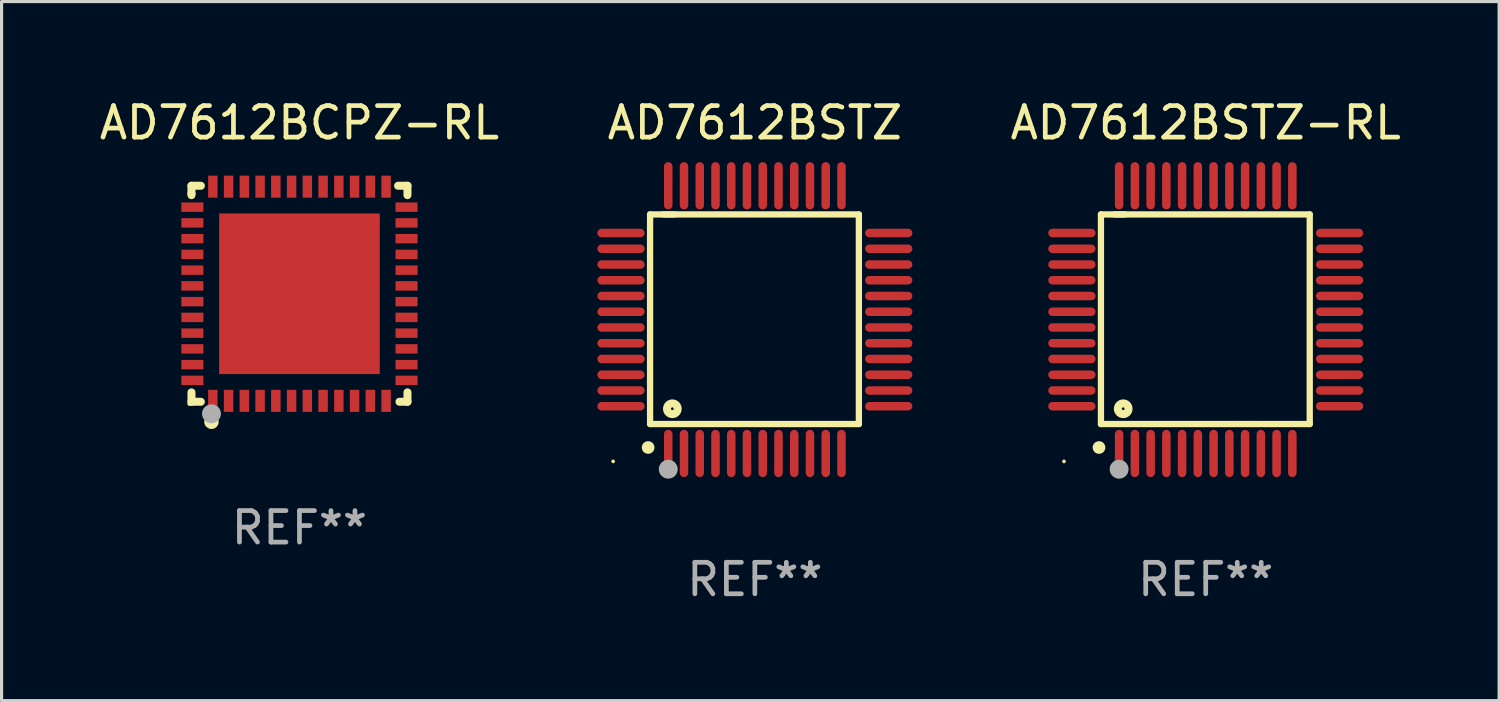
<source format=kicad_pcb>
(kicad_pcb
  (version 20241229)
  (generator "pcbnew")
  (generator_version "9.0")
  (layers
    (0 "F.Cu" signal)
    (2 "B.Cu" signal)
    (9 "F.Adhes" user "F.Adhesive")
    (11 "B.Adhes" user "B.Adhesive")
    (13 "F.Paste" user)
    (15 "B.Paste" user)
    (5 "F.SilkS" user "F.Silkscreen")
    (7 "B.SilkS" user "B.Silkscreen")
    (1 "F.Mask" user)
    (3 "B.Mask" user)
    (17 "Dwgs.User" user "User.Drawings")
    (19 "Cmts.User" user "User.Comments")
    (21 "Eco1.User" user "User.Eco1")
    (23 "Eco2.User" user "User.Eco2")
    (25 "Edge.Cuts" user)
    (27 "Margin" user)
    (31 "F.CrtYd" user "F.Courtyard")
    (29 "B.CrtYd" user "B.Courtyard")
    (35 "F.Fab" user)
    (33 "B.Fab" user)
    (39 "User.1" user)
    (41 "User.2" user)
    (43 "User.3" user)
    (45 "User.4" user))
  (footprint "AD7612BCPZ-RL"
    (layer "F.Cu")
    (at 6.458 6.277)
    (property "Reference" "AD7612BCPZ-RL" (at 0 -5.429 0) (layer "F.SilkS") (effects (font (size 1 1) (thickness 0.15))))
    (attr through_hole)
    (fp_line (start -3.429 -3.429) (end -3.429 -3.175) (stroke (width 0.254) (type solid)) (layer "F.SilkS"))
    (fp_line (start -3.429 -3.175) (end -3.429 -3.131) (stroke (width 0.254) (type solid)) (layer "F.SilkS"))
    (fp_line (start -3.429 3.131) (end -3.429 3.429) (stroke (width 0.254) (type solid)) (layer "F.SilkS"))
    (fp_line (start -3.429 3.429) (end -3.131 3.429) (stroke (width 0.254) (type solid)) (layer "F.SilkS"))
    (fp_line (start -3.131 -3.429) (end -3.429 -3.429) (stroke (width 0.254) (type solid)) (layer "F.SilkS"))
    (fp_line (start 3.131 -3.429) (end 3.429 -3.429) (stroke (width 0.254) (type solid)) (layer "F.SilkS"))
    (fp_line (start 3.429 -3.429) (end 3.429 -3.131) (stroke (width 0.254) (type solid)) (layer "F.SilkS"))
    (fp_line (start 3.429 3.131) (end 3.429 3.429) (stroke (width 0.254) (type solid)) (layer "F.SilkS"))
    (fp_line (start 3.429 3.429) (end 3.175 3.429) (stroke (width 0.254) (type solid)) (layer "F.SilkS"))
    (fp_circle (center -3.5 3.5) (end -3.47 3.5) (stroke (width 0.06) (type solid)) (fill no) (layer "F.SilkS"))
    (fp_circle (center -2.794 4.064) (end -2.667 4.064) (stroke (width 0.204) (type solid)) (fill no) (layer "F.SilkS"))
    (fp_circle (center -2.794 3.81) (end -2.644 3.81) (stroke (width 0.3) (type solid)) (fill no) (layer "F.Fab"))
    (fp_text user "REF**" (at 0 7.429 0) (layer "F.Fab") (effects (font (size 1 1) (thickness 0.15))))
    (pad "1" smd rect (at -2.75 3.4) (size 0.3 0.7) (layers "F.Cu" "F.Mask" "F.Paste"))
    (pad "2" smd rect (at -2.25 3.4) (size 0.3 0.7) (layers "F.Cu" "F.Mask" "F.Paste"))
    (pad "3" smd rect (at -1.75 3.4) (size 0.3 0.7) (layers "F.Cu" "F.Mask" "F.Paste"))
    (pad "4" smd rect (at -1.25 3.4) (size 0.3 0.7) (layers "F.Cu" "F.Mask" "F.Paste"))
    (pad "5" smd rect (at -0.75 3.4) (size 0.3 0.7) (layers "F.Cu" "F.Mask" "F.Paste"))
    (pad "6" smd rect (at -0.25 3.4) (size 0.3 0.7) (layers "F.Cu" "F.Mask" "F.Paste"))
    (pad "7" smd rect (at 0.25 3.4) (size 0.3 0.7) (layers "F.Cu" "F.Mask" "F.Paste"))
    (pad "8" smd rect (at 0.75 3.4) (size 0.3 0.7) (layers "F.Cu" "F.Mask" "F.Paste"))
    (pad "9" smd rect (at 1.25 3.4) (size 0.3 0.7) (layers "F.Cu" "F.Mask" "F.Paste"))
    (pad "10" smd rect (at 1.75 3.4) (size 0.3 0.7) (layers "F.Cu" "F.Mask" "F.Paste"))
    (pad "11" smd rect (at 2.25 3.4) (size 0.3 0.7) (layers "F.Cu" "F.Mask" "F.Paste"))
    (pad "12" smd rect (at 2.75 3.4) (size 0.3 0.7) (layers "F.Cu" "F.Mask" "F.Paste"))
    (pad "13" smd rect (at 3.4 2.75) (size 0.7 0.3) (layers "F.Cu" "F.Mask" "F.Paste"))
    (pad "14" smd rect (at 3.4 2.25) (size 0.7 0.3) (layers "F.Cu" "F.Mask" "F.Paste"))
    (pad "15" smd rect (at 3.4 1.75) (size 0.7 0.3) (layers "F.Cu" "F.Mask" "F.Paste"))
    (pad "16" smd rect (at 3.4 1.25) (size 0.7 0.3) (layers "F.Cu" "F.Mask" "F.Paste"))
    (pad "17" smd rect (at 3.4 0.75) (size 0.7 0.3) (layers "F.Cu" "F.Mask" "F.Paste"))
    (pad "18" smd rect (at 3.4 0.25) (size 0.7 0.3) (layers "F.Cu" "F.Mask" "F.Paste"))
    (pad "19" smd rect (at 3.4 -0.25) (size 0.7 0.3) (layers "F.Cu" "F.Mask" "F.Paste"))
    (pad "20" smd rect (at 3.4 -0.75) (size 0.7 0.3) (layers "F.Cu" "F.Mask" "F.Paste"))
    (pad "21" smd rect (at 3.4 -1.25) (size 0.7 0.3) (layers "F.Cu" "F.Mask" "F.Paste"))
    (pad "22" smd rect (at 3.4 -1.75) (size 0.7 0.3) (layers "F.Cu" "F.Mask" "F.Paste"))
    (pad "23" smd rect (at 3.4 -2.25) (size 0.7 0.3) (layers "F.Cu" "F.Mask" "F.Paste"))
    (pad "24" smd rect (at 3.4 -2.75) (size 0.7 0.3) (layers "F.Cu" "F.Mask" "F.Paste"))
    (pad "25" smd rect (at 2.75 -3.4) (size 0.3 0.7) (layers "F.Cu" "F.Mask" "F.Paste"))
    (pad "26" smd rect (at 2.25 -3.4) (size 0.3 0.7) (layers "F.Cu" "F.Mask" "F.Paste"))
    (pad "27" smd rect (at 1.75 -3.4) (size 0.3 0.7) (layers "F.Cu" "F.Mask" "F.Paste"))
    (pad "28" smd rect (at 1.25 -3.4) (size 0.3 0.7) (layers "F.Cu" "F.Mask" "F.Paste"))
    (pad "29" smd rect (at 0.75 -3.4) (size 0.3 0.7) (layers "F.Cu" "F.Mask" "F.Paste"))
    (pad "30" smd rect (at 0.25 -3.4) (size 0.3 0.7) (layers "F.Cu" "F.Mask" "F.Paste"))
    (pad "31" smd rect (at -0.25 -3.4) (size 0.3 0.7) (layers "F.Cu" "F.Mask" "F.Paste"))
    (pad "32" smd rect (at -0.75 -3.4) (size 0.3 0.7) (layers "F.Cu" "F.Mask" "F.Paste"))
    (pad "33" smd rect (at -1.25 -3.4) (size 0.3 0.7) (layers "F.Cu" "F.Mask" "F.Paste"))
    (pad "34" smd rect (at -1.75 -3.4) (size 0.3 0.7) (layers "F.Cu" "F.Mask" "F.Paste"))
    (pad "35" smd rect (at -2.25 -3.4) (size 0.3 0.7) (layers "F.Cu" "F.Mask" "F.Paste"))
    (pad "36" smd rect (at -2.75 -3.4) (size 0.3 0.7) (layers "F.Cu" "F.Mask" "F.Paste"))
    (pad "37" smd rect (at -3.4 -2.75) (size 0.7 0.3) (layers "F.Cu" "F.Mask" "F.Paste"))
    (pad "38" smd rect (at -3.4 -2.25) (size 0.7 0.3) (layers "F.Cu" "F.Mask" "F.Paste"))
    (pad "39" smd rect (at -3.4 -1.75) (size 0.7 0.3) (layers "F.Cu" "F.Mask" "F.Paste"))
    (pad "40" smd rect (at -3.4 -1.25) (size 0.7 0.3) (layers "F.Cu" "F.Mask" "F.Paste"))
    (pad "41" smd rect (at -3.4 -0.75) (size 0.7 0.3) (layers "F.Cu" "F.Mask" "F.Paste"))
    (pad "42" smd rect (at -3.4 -0.25) (size 0.7 0.3) (layers "F.Cu" "F.Mask" "F.Paste"))
    (pad "43" smd rect (at -3.4 0.25) (size 0.7 0.3) (layers "F.Cu" "F.Mask" "F.Paste"))
    (pad "44" smd rect (at -3.4 0.75) (size 0.7 0.3) (layers "F.Cu" "F.Mask" "F.Paste"))
    (pad "45" smd rect (at -3.4 1.25) (size 0.7 0.3) (layers "F.Cu" "F.Mask" "F.Paste"))
    (pad "46" smd rect (at -3.4 1.75) (size 0.7 0.3) (layers "F.Cu" "F.Mask" "F.Paste"))
    (pad "47" smd rect (at -3.4 2.25) (size 0.7 0.3) (layers "F.Cu" "F.Mask" "F.Paste"))
    (pad "48" smd rect (at -3.4 2.75) (size 0.7 0.3) (layers "F.Cu" "F.Mask" "F.Paste"))
    (pad "49" smd rect (at 0 0) (size 5.1 5.1) (layers "F.Cu" "F.Mask" "F.Paste")))
  (footprint "AD7612BSTZ-RL"
    (layer "F.Cu")
    (at 35.232 7.098)
    (property "Reference" "AD7612BSTZ-RL" (at 0 -6.25 0) (layer "F.SilkS") (effects (font (size 1 1) (thickness 0.15))))
    (attr through_hole)
    (fp_line (start -3.327 -3.34) (end -2.565 -3.34) (stroke (width 0.2) (type solid)) (layer "F.SilkS"))
    (fp_line (start -3.327 3.315) (end -3.327 -3.34) (stroke (width 0.2) (type solid)) (layer "F.SilkS"))
    (fp_line (start -2.896 -3.34) (end 3.302 -3.34) (stroke (width 0.2) (type solid)) (layer "F.SilkS"))
    (fp_line (start 3.302 -3.34) (end 3.302 3.315) (stroke (width 0.2) (type solid)) (layer "F.SilkS"))
    (fp_line (start 3.302 3.315) (end -3.327 3.315) (stroke (width 0.2) (type solid)) (layer "F.SilkS"))
    (fp_arc (start -3.389992 4.059995) (mid -3.388722 4.059991) (end -3.387452 4.059995) (stroke (width 0.4) (type solid)) (layer "F.SilkS"))
    (fp_circle (center -4.5 4.5) (end -4.47 4.5) (stroke (width 0.06) (type solid)) (fill no) (layer "F.SilkS"))
    (fp_circle (center -2.62 2.83) (end -2.45 2.83) (stroke (width 0.254) (type solid)) (fill no) (layer "F.SilkS"))
    (fp_circle (center -2.75 4.75) (end -2.6 4.75) (stroke (width 0.3) (type solid)) (fill no) (layer "F.Fab"))
    (fp_text user "REF**" (at 0 8.25 0) (layer "F.Fab") (effects (font (size 1 1) (thickness 0.15))))
    (pad "1" smd oval (at -2.75 4.25) (size 0.27 1.5) (layers "F.Cu" "F.Mask" "F.Paste"))
    (pad "2" smd oval (at -2.25 4.25) (size 0.27 1.5) (layers "F.Cu" "F.Mask" "F.Paste"))
    (pad "3" smd oval (at -1.75 4.25) (size 0.27 1.5) (layers "F.Cu" "F.Mask" "F.Paste"))
    (pad "4" smd oval (at -1.25 4.25) (size 0.27 1.5) (layers "F.Cu" "F.Mask" "F.Paste"))
    (pad "5" smd oval (at -0.75 4.25) (size 0.27 1.5) (layers "F.Cu" "F.Mask" "F.Paste"))
    (pad "6" smd oval (at -0.25 4.25) (size 0.27 1.5) (layers "F.Cu" "F.Mask" "F.Paste"))
    (pad "7" smd oval (at 0.25 4.25) (size 0.27 1.5) (layers "F.Cu" "F.Mask" "F.Paste"))
    (pad "8" smd oval (at 0.75 4.25) (size 0.27 1.5) (layers "F.Cu" "F.Mask" "F.Paste"))
    (pad "9" smd oval (at 1.25 4.25) (size 0.27 1.5) (layers "F.Cu" "F.Mask" "F.Paste"))
    (pad "10" smd oval (at 1.75 4.25) (size 0.27 1.5) (layers "F.Cu" "F.Mask" "F.Paste"))
    (pad "11" smd oval (at 2.25 4.25) (size 0.27 1.5) (layers "F.Cu" "F.Mask" "F.Paste"))
    (pad "12" smd oval (at 2.75 4.25) (size 0.27 1.5) (layers "F.Cu" "F.Mask" "F.Paste"))
    (pad "13" smd oval (at 4.25 2.75) (size 1.5 0.27) (layers "F.Cu" "F.Mask" "F.Paste"))
    (pad "14" smd oval (at 4.25 2.25) (size 1.5 0.27) (layers "F.Cu" "F.Mask" "F.Paste"))
    (pad "15" smd oval (at 4.25 1.75) (size 1.5 0.27) (layers "F.Cu" "F.Mask" "F.Paste"))
    (pad "16" smd oval (at 4.25 1.25) (size 1.5 0.27) (layers "F.Cu" "F.Mask" "F.Paste"))
    (pad "17" smd oval (at 4.25 0.75) (size 1.5 0.27) (layers "F.Cu" "F.Mask" "F.Paste"))
    (pad "18" smd oval (at 4.25 0.25) (size 1.5 0.27) (layers "F.Cu" "F.Mask" "F.Paste"))
    (pad "19" smd oval (at 4.25 -0.25) (size 1.5 0.27) (layers "F.Cu" "F.Mask" "F.Paste"))
    (pad "20" smd oval (at 4.25 -0.75) (size 1.5 0.27) (layers "F.Cu" "F.Mask" "F.Paste"))
    (pad "21" smd oval (at 4.25 -1.25) (size 1.5 0.27) (layers "F.Cu" "F.Mask" "F.Paste"))
    (pad "22" smd oval (at 4.25 -1.75) (size 1.5 0.27) (layers "F.Cu" "F.Mask" "F.Paste"))
    (pad "23" smd oval (at 4.25 -2.25) (size 1.5 0.27) (layers "F.Cu" "F.Mask" "F.Paste"))
    (pad "24" smd oval (at 4.25 -2.75) (size 1.5 0.27) (layers "F.Cu" "F.Mask" "F.Paste"))
    (pad "25" smd oval (at 2.75 -4.25) (size 0.27 1.5) (layers "F.Cu" "F.Mask" "F.Paste"))
    (pad "26" smd oval (at 2.25 -4.25) (size 0.27 1.5) (layers "F.Cu" "F.Mask" "F.Paste"))
    (pad "27" smd oval (at 1.75 -4.25) (size 0.27 1.5) (layers "F.Cu" "F.Mask" "F.Paste"))
    (pad "28" smd oval (at 1.25 -4.25) (size 0.27 1.5) (layers "F.Cu" "F.Mask" "F.Paste"))
    (pad "29" smd oval (at 0.75 -4.25) (size 0.27 1.5) (layers "F.Cu" "F.Mask" "F.Paste"))
    (pad "30" smd oval (at 0.25 -4.25) (size 0.27 1.5) (layers "F.Cu" "F.Mask" "F.Paste"))
    (pad "31" smd oval (at -0.25 -4.25) (size 0.27 1.5) (layers "F.Cu" "F.Mask" "F.Paste"))
    (pad "32" smd oval (at -0.75 -4.25) (size 0.27 1.5) (layers "F.Cu" "F.Mask" "F.Paste"))
    (pad "33" smd oval (at -1.25 -4.25) (size 0.27 1.5) (layers "F.Cu" "F.Mask" "F.Paste"))
    (pad "34" smd oval (at -1.75 -4.25) (size 0.27 1.5) (layers "F.Cu" "F.Mask" "F.Paste"))
    (pad "35" smd oval (at -2.25 -4.25) (size 0.27 1.5) (layers "F.Cu" "F.Mask" "F.Paste"))
    (pad "36" smd oval (at -2.75 -4.25) (size 0.27 1.5) (layers "F.Cu" "F.Mask" "F.Paste"))
    (pad "37" smd oval (at -4.25 -2.75) (size 1.5 0.27) (layers "F.Cu" "F.Mask" "F.Paste"))
    (pad "38" smd oval (at -4.25 -2.25) (size 1.5 0.27) (layers "F.Cu" "F.Mask" "F.Paste"))
    (pad "39" smd oval (at -4.25 -1.75) (size 1.5 0.27) (layers "F.Cu" "F.Mask" "F.Paste"))
    (pad "40" smd oval (at -4.25 -1.25) (size 1.5 0.27) (layers "F.Cu" "F.Mask" "F.Paste"))
    (pad "41" smd oval (at -4.25 -0.75) (size 1.5 0.27) (layers "F.Cu" "F.Mask" "F.Paste"))
    (pad "42" smd oval (at -4.25 -0.25) (size 1.5 0.27) (layers "F.Cu" "F.Mask" "F.Paste"))
    (pad "43" smd oval (at -4.25 0.25) (size 1.5 0.27) (layers "F.Cu" "F.Mask" "F.Paste"))
    (pad "44" smd oval (at -4.25 0.75) (size 1.5 0.27) (layers "F.Cu" "F.Mask" "F.Paste"))
    (pad "45" smd oval (at -4.25 1.25) (size 1.5 0.27) (layers "F.Cu" "F.Mask" "F.Paste"))
    (pad "46" smd oval (at -4.25 1.75) (size 1.5 0.27) (layers "F.Cu" "F.Mask" "F.Paste"))
    (pad "47" smd oval (at -4.25 2.25) (size 1.5 0.27) (layers "F.Cu" "F.Mask" "F.Paste"))
    (pad "48" smd oval (at -4.25 2.75) (size 1.5 0.27) (layers "F.Cu" "F.Mask" "F.Paste")))
  (footprint "AD7612BSTZ"
    (layer "F.Cu")
    (at 20.917 7.098)
    (property "Reference" "AD7612BSTZ" (at 0 -6.25 0) (layer "F.SilkS") (effects (font (size 1 1) (thickness 0.15))))
    (attr through_hole)
    (fp_line (start -3.327 -3.34) (end -2.565 -3.34) (stroke (width 0.2) (type solid)) (layer "F.SilkS"))
    (fp_line (start -3.327 3.315) (end -3.327 -3.34) (stroke (width 0.2) (type solid)) (layer "F.SilkS"))
    (fp_line (start -2.896 -3.34) (end 3.302 -3.34) (stroke (width 0.2) (type solid)) (layer "F.SilkS"))
    (fp_line (start 3.302 -3.34) (end 3.302 3.315) (stroke (width 0.2) (type solid)) (layer "F.SilkS"))
    (fp_line (start 3.302 3.315) (end -3.327 3.315) (stroke (width 0.2) (type solid)) (layer "F.SilkS"))
    (fp_arc (start -3.389992 4.059995) (mid -3.388722 4.059991) (end -3.387452 4.059995) (stroke (width 0.4) (type solid)) (layer "F.SilkS"))
    (fp_circle (center -4.5 4.5) (end -4.47 4.5) (stroke (width 0.06) (type solid)) (fill no) (layer "F.SilkS"))
    (fp_circle (center -2.62 2.83) (end -2.45 2.83) (stroke (width 0.254) (type solid)) (fill no) (layer "F.SilkS"))
    (fp_circle (center -2.75 4.75) (end -2.6 4.75) (stroke (width 0.3) (type solid)) (fill no) (layer "F.Fab"))
    (fp_text user "REF**" (at 0 8.25 0) (layer "F.Fab") (effects (font (size 1 1) (thickness 0.15))))
    (pad "1" smd oval (at -2.75 4.25) (size 0.27 1.5) (layers "F.Cu" "F.Mask" "F.Paste"))
    (pad "2" smd oval (at -2.25 4.25) (size 0.27 1.5) (layers "F.Cu" "F.Mask" "F.Paste"))
    (pad "3" smd oval (at -1.75 4.25) (size 0.27 1.5) (layers "F.Cu" "F.Mask" "F.Paste"))
    (pad "4" smd oval (at -1.25 4.25) (size 0.27 1.5) (layers "F.Cu" "F.Mask" "F.Paste"))
    (pad "5" smd oval (at -0.75 4.25) (size 0.27 1.5) (layers "F.Cu" "F.Mask" "F.Paste"))
    (pad "6" smd oval (at -0.25 4.25) (size 0.27 1.5) (layers "F.Cu" "F.Mask" "F.Paste"))
    (pad "7" smd oval (at 0.25 4.25) (size 0.27 1.5) (layers "F.Cu" "F.Mask" "F.Paste"))
    (pad "8" smd oval (at 0.75 4.25) (size 0.27 1.5) (layers "F.Cu" "F.Mask" "F.Paste"))
    (pad "9" smd oval (at 1.25 4.25) (size 0.27 1.5) (layers "F.Cu" "F.Mask" "F.Paste"))
    (pad "10" smd oval (at 1.75 4.25) (size 0.27 1.5) (layers "F.Cu" "F.Mask" "F.Paste"))
    (pad "11" smd oval (at 2.25 4.25) (size 0.27 1.5) (layers "F.Cu" "F.Mask" "F.Paste"))
    (pad "12" smd oval (at 2.75 4.25) (size 0.27 1.5) (layers "F.Cu" "F.Mask" "F.Paste"))
    (pad "13" smd oval (at 4.25 2.75) (size 1.5 0.27) (layers "F.Cu" "F.Mask" "F.Paste"))
    (pad "14" smd oval (at 4.25 2.25) (size 1.5 0.27) (layers "F.Cu" "F.Mask" "F.Paste"))
    (pad "15" smd oval (at 4.25 1.75) (size 1.5 0.27) (layers "F.Cu" "F.Mask" "F.Paste"))
    (pad "16" smd oval (at 4.25 1.25) (size 1.5 0.27) (layers "F.Cu" "F.Mask" "F.Paste"))
    (pad "17" smd oval (at 4.25 0.75) (size 1.5 0.27) (layers "F.Cu" "F.Mask" "F.Paste"))
    (pad "18" smd oval (at 4.25 0.25) (size 1.5 0.27) (layers "F.Cu" "F.Mask" "F.Paste"))
    (pad "19" smd oval (at 4.25 -0.25) (size 1.5 0.27) (layers "F.Cu" "F.Mask" "F.Paste"))
    (pad "20" smd oval (at 4.25 -0.75) (size 1.5 0.27) (layers "F.Cu" "F.Mask" "F.Paste"))
    (pad "21" smd oval (at 4.25 -1.25) (size 1.5 0.27) (layers "F.Cu" "F.Mask" "F.Paste"))
    (pad "22" smd oval (at 4.25 -1.75) (size 1.5 0.27) (layers "F.Cu" "F.Mask" "F.Paste"))
    (pad "23" smd oval (at 4.25 -2.25) (size 1.5 0.27) (layers "F.Cu" "F.Mask" "F.Paste"))
    (pad "24" smd oval (at 4.25 -2.75) (size 1.5 0.27) (layers "F.Cu" "F.Mask" "F.Paste"))
    (pad "25" smd oval (at 2.75 -4.25) (size 0.27 1.5) (layers "F.Cu" "F.Mask" "F.Paste"))
    (pad "26" smd oval (at 2.25 -4.25) (size 0.27 1.5) (layers "F.Cu" "F.Mask" "F.Paste"))
    (pad "27" smd oval (at 1.75 -4.25) (size 0.27 1.5) (layers "F.Cu" "F.Mask" "F.Paste"))
    (pad "28" smd oval (at 1.25 -4.25) (size 0.27 1.5) (layers "F.Cu" "F.Mask" "F.Paste"))
    (pad "29" smd oval (at 0.75 -4.25) (size 0.27 1.5) (layers "F.Cu" "F.Mask" "F.Paste"))
    (pad "30" smd oval (at 0.25 -4.25) (size 0.27 1.5) (layers "F.Cu" "F.Mask" "F.Paste"))
    (pad "31" smd oval (at -0.25 -4.25) (size 0.27 1.5) (layers "F.Cu" "F.Mask" "F.Paste"))
    (pad "32" smd oval (at -0.75 -4.25) (size 0.27 1.5) (layers "F.Cu" "F.Mask" "F.Paste"))
    (pad "33" smd oval (at -1.25 -4.25) (size 0.27 1.5) (layers "F.Cu" "F.Mask" "F.Paste"))
    (pad "34" smd oval (at -1.75 -4.25) (size 0.27 1.5) (layers "F.Cu" "F.Mask" "F.Paste"))
    (pad "35" smd oval (at -2.25 -4.25) (size 0.27 1.5) (layers "F.Cu" "F.Mask" "F.Paste"))
    (pad "36" smd oval (at -2.75 -4.25) (size 0.27 1.5) (layers "F.Cu" "F.Mask" "F.Paste"))
    (pad "37" smd oval (at -4.25 -2.75) (size 1.5 0.27) (layers "F.Cu" "F.Mask" "F.Paste"))
    (pad "38" smd oval (at -4.25 -2.25) (size 1.5 0.27) (layers "F.Cu" "F.Mask" "F.Paste"))
    (pad "39" smd oval (at -4.25 -1.75) (size 1.5 0.27) (layers "F.Cu" "F.Mask" "F.Paste"))
    (pad "40" smd oval (at -4.25 -1.25) (size 1.5 0.27) (layers "F.Cu" "F.Mask" "F.Paste"))
    (pad "41" smd oval (at -4.25 -0.75) (size 1.5 0.27) (layers "F.Cu" "F.Mask" "F.Paste"))
    (pad "42" smd oval (at -4.25 -0.25) (size 1.5 0.27) (layers "F.Cu" "F.Mask" "F.Paste"))
    (pad "43" smd oval (at -4.25 0.25) (size 1.5 0.27) (layers "F.Cu" "F.Mask" "F.Paste"))
    (pad "44" smd oval (at -4.25 0.75) (size 1.5 0.27) (layers "F.Cu" "F.Mask" "F.Paste"))
    (pad "45" smd oval (at -4.25 1.25) (size 1.5 0.27) (layers "F.Cu" "F.Mask" "F.Paste"))
    (pad "46" smd oval (at -4.25 1.75) (size 1.5 0.27) (layers "F.Cu" "F.Mask" "F.Paste"))
    (pad "47" smd oval (at -4.25 2.25) (size 1.5 0.27) (layers "F.Cu" "F.Mask" "F.Paste"))
    (pad "48" smd oval (at -4.25 2.75) (size 1.5 0.27) (layers "F.Cu" "F.Mask" "F.Paste")))
  (gr_rect
    (start -3 -3)
    (end 44.547 19.196)
    (stroke (width 0.1) (type default))
    (fill no)
    (layer "Edge.Cuts")))
</source>
